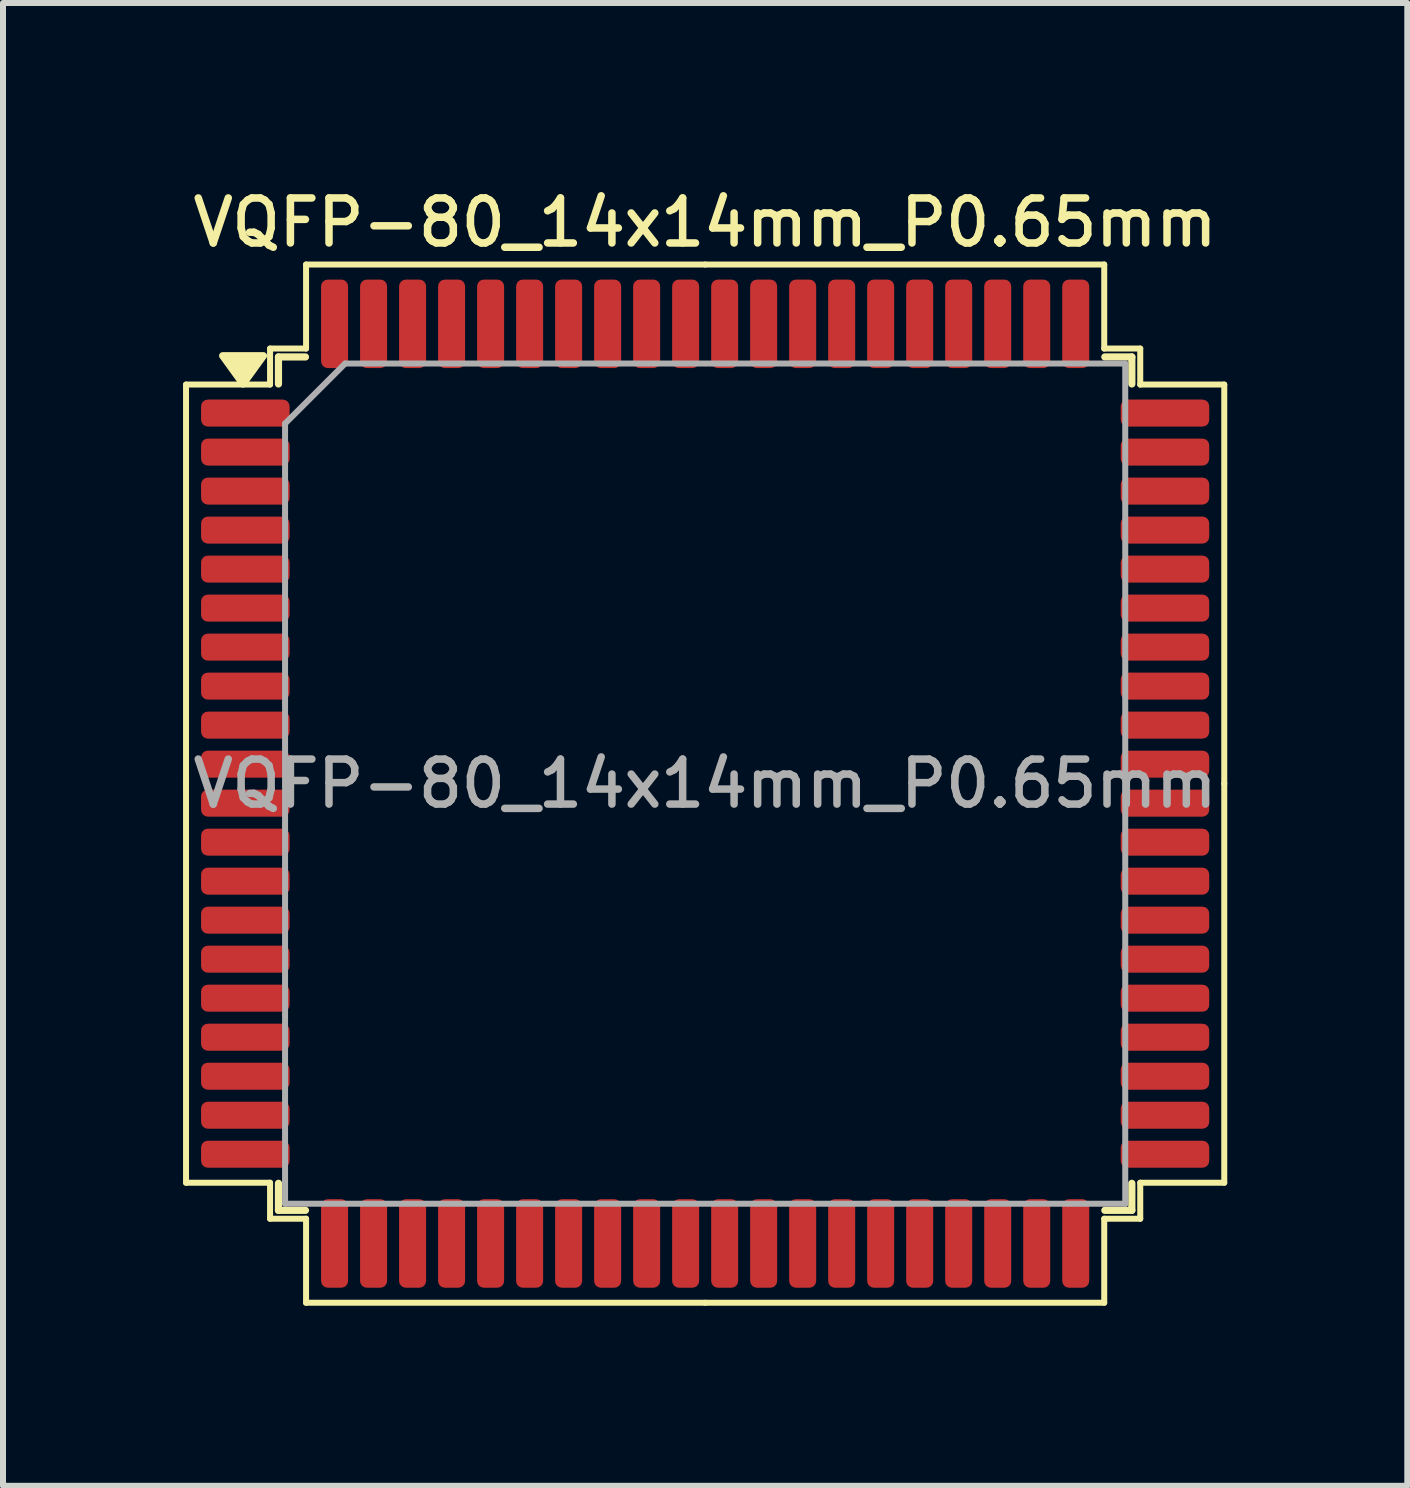
<source format=kicad_pcb>
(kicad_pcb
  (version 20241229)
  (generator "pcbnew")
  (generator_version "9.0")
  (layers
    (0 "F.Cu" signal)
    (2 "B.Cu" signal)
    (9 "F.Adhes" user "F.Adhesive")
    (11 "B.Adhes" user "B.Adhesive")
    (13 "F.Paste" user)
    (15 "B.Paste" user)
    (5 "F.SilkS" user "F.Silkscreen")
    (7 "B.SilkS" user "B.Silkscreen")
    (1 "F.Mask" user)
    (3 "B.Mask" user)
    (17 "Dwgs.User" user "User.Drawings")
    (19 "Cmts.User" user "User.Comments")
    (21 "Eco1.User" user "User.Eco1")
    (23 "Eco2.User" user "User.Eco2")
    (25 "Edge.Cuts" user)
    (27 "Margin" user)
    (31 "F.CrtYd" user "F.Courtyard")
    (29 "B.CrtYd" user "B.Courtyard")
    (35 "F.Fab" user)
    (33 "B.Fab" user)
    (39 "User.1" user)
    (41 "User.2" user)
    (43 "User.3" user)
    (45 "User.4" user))
  (footprint "VQFP-80_14x14mm_P0.65mm"
    (layer "F.Cu")
    (at 8.7 10.008)
    (property "Reference" "VQFP-80_14x14mm_P0.65mm" (at 0 -9.35 0) (layer "F.SilkS") (effects (font (size 0.75 0.75) (thickness 0.125))))
    (attr smd)
    (fp_line (start -8.65 -6.65) (end -8.65 0) (stroke (width 0.1) (type solid)) (layer "F.SilkS"))
    (fp_line (start -8.65 6.65) (end -8.65 0) (stroke (width 0.1) (type solid)) (layer "F.SilkS"))
    (fp_line (start -7.25 -7.25) (end -7.25 -6.65) (stroke (width 0.1) (type solid)) (layer "F.SilkS"))
    (fp_line (start -7.25 -6.65) (end -8.65 -6.65) (stroke (width 0.1) (type solid)) (layer "F.SilkS"))
    (fp_line (start -7.25 6.65) (end -8.65 6.65) (stroke (width 0.1) (type solid)) (layer "F.SilkS"))
    (fp_line (start -7.25 7.25) (end -7.25 6.65) (stroke (width 0.1) (type solid)) (layer "F.SilkS"))
    (fp_line (start -7.11 -7.11) (end -7.11 -6.66) (stroke (width 0.12) (type solid)) (layer "F.SilkS"))
    (fp_line (start -7.11 7.11) (end -7.11 6.66) (stroke (width 0.12) (type solid)) (layer "F.SilkS"))
    (fp_line (start -6.66 -7.11) (end -7.11 -7.11) (stroke (width 0.12) (type solid)) (layer "F.SilkS"))
    (fp_line (start -6.66 7.11) (end -7.11 7.11) (stroke (width 0.12) (type solid)) (layer "F.SilkS"))
    (fp_line (start -6.65 -8.65) (end -6.65 -7.25) (stroke (width 0.1) (type solid)) (layer "F.SilkS"))
    (fp_line (start -6.65 -7.25) (end -7.25 -7.25) (stroke (width 0.1) (type solid)) (layer "F.SilkS"))
    (fp_line (start -6.65 7.25) (end -7.25 7.25) (stroke (width 0.1) (type solid)) (layer "F.SilkS"))
    (fp_line (start -6.65 8.65) (end -6.65 7.25) (stroke (width 0.1) (type solid)) (layer "F.SilkS"))
    (fp_line (start 0 -8.65) (end -6.65 -8.65) (stroke (width 0.1) (type solid)) (layer "F.SilkS"))
    (fp_line (start 0 -8.65) (end 6.65 -8.65) (stroke (width 0.1) (type solid)) (layer "F.SilkS"))
    (fp_line (start 0 8.65) (end -6.65 8.65) (stroke (width 0.1) (type solid)) (layer "F.SilkS"))
    (fp_line (start 0 8.65) (end 6.65 8.65) (stroke (width 0.1) (type solid)) (layer "F.SilkS"))
    (fp_line (start 6.65 -8.65) (end 6.65 -7.25) (stroke (width 0.1) (type solid)) (layer "F.SilkS"))
    (fp_line (start 6.65 -7.25) (end 7.25 -7.25) (stroke (width 0.1) (type solid)) (layer "F.SilkS"))
    (fp_line (start 6.65 7.25) (end 7.25 7.25) (stroke (width 0.1) (type solid)) (layer "F.SilkS"))
    (fp_line (start 6.65 8.65) (end 6.65 7.25) (stroke (width 0.1) (type solid)) (layer "F.SilkS"))
    (fp_line (start 6.66 -7.11) (end 7.11 -7.11) (stroke (width 0.12) (type solid)) (layer "F.SilkS"))
    (fp_line (start 6.66 7.11) (end 7.11 7.11) (stroke (width 0.12) (type solid)) (layer "F.SilkS"))
    (fp_line (start 7.11 -7.11) (end 7.11 -6.66) (stroke (width 0.12) (type solid)) (layer "F.SilkS"))
    (fp_line (start 7.11 7.11) (end 7.11 6.66) (stroke (width 0.12) (type solid)) (layer "F.SilkS"))
    (fp_line (start 7.25 -7.25) (end 7.25 -6.65) (stroke (width 0.1) (type solid)) (layer "F.SilkS"))
    (fp_line (start 7.25 -6.65) (end 8.65 -6.65) (stroke (width 0.1) (type solid)) (layer "F.SilkS"))
    (fp_line (start 7.25 6.65) (end 8.65 6.65) (stroke (width 0.1) (type solid)) (layer "F.SilkS"))
    (fp_line (start 7.25 7.25) (end 7.25 6.65) (stroke (width 0.1) (type solid)) (layer "F.SilkS"))
    (fp_line (start 8.65 -6.65) (end 8.65 0) (stroke (width 0.1) (type solid)) (layer "F.SilkS"))
    (fp_line (start 8.65 6.65) (end 8.65 0) (stroke (width 0.1) (type solid)) (layer "F.SilkS"))
    (fp_poly (pts (xy -7.7 -6.66) (xy -8.04 -7.13) (xy -7.36 -7.13) (xy -7.7 -6.66)) (stroke (width 0.12) (type solid)) (fill yes) (layer "F.SilkS"))
    (fp_line (start -7 -6) (end -6 -7) (stroke (width 0.1) (type solid)) (layer "F.Fab"))
    (fp_line (start -7 7) (end -7 -6) (stroke (width 0.1) (type solid)) (layer "F.Fab"))
    (fp_line (start -6 -7) (end 7 -7) (stroke (width 0.1) (type solid)) (layer "F.Fab"))
    (fp_line (start 7 -7) (end 7 7) (stroke (width 0.1) (type solid)) (layer "F.Fab"))
    (fp_line (start 7 7) (end -7 7) (stroke (width 0.1) (type solid)) (layer "F.Fab"))
    (fp_text user "${REFERENCE}" (at 0 0 0) (layer "F.Fab") (effects (font (size 0.75 0.75) (thickness 0.125))))
    (pad "1" smd roundrect (at -7.662 -6.175) (size 1.475 0.45) (layers "F.Cu" "F.Mask" "F.Paste") (roundrect_rratio 0.25))
    (pad "2" smd roundrect (at -7.662 -5.525) (size 1.475 0.45) (layers "F.Cu" "F.Mask" "F.Paste") (roundrect_rratio 0.25))
    (pad "3" smd roundrect (at -7.662 -4.875) (size 1.475 0.45) (layers "F.Cu" "F.Mask" "F.Paste") (roundrect_rratio 0.25))
    (pad "4" smd roundrect (at -7.662 -4.225) (size 1.475 0.45) (layers "F.Cu" "F.Mask" "F.Paste") (roundrect_rratio 0.25))
    (pad "5" smd roundrect (at -7.662 -3.575) (size 1.475 0.45) (layers "F.Cu" "F.Mask" "F.Paste") (roundrect_rratio 0.25))
    (pad "6" smd roundrect (at -7.662 -2.925) (size 1.475 0.45) (layers "F.Cu" "F.Mask" "F.Paste") (roundrect_rratio 0.25))
    (pad "7" smd roundrect (at -7.662 -2.275) (size 1.475 0.45) (layers "F.Cu" "F.Mask" "F.Paste") (roundrect_rratio 0.25))
    (pad "8" smd roundrect (at -7.662 -1.625) (size 1.475 0.45) (layers "F.Cu" "F.Mask" "F.Paste") (roundrect_rratio 0.25))
    (pad "9" smd roundrect (at -7.662 -0.975) (size 1.475 0.45) (layers "F.Cu" "F.Mask" "F.Paste") (roundrect_rratio 0.25))
    (pad "10" smd roundrect (at -7.662 -0.325) (size 1.475 0.45) (layers "F.Cu" "F.Mask" "F.Paste") (roundrect_rratio 0.25))
    (pad "11" smd roundrect (at -7.662 0.325) (size 1.475 0.45) (layers "F.Cu" "F.Mask" "F.Paste") (roundrect_rratio 0.25))
    (pad "12" smd roundrect (at -7.662 0.975) (size 1.475 0.45) (layers "F.Cu" "F.Mask" "F.Paste") (roundrect_rratio 0.25))
    (pad "13" smd roundrect (at -7.662 1.625) (size 1.475 0.45) (layers "F.Cu" "F.Mask" "F.Paste") (roundrect_rratio 0.25))
    (pad "14" smd roundrect (at -7.662 2.275) (size 1.475 0.45) (layers "F.Cu" "F.Mask" "F.Paste") (roundrect_rratio 0.25))
    (pad "15" smd roundrect (at -7.662 2.925) (size 1.475 0.45) (layers "F.Cu" "F.Mask" "F.Paste") (roundrect_rratio 0.25))
    (pad "16" smd roundrect (at -7.662 3.575) (size 1.475 0.45) (layers "F.Cu" "F.Mask" "F.Paste") (roundrect_rratio 0.25))
    (pad "17" smd roundrect (at -7.662 4.225) (size 1.475 0.45) (layers "F.Cu" "F.Mask" "F.Paste") (roundrect_rratio 0.25))
    (pad "18" smd roundrect (at -7.662 4.875) (size 1.475 0.45) (layers "F.Cu" "F.Mask" "F.Paste") (roundrect_rratio 0.25))
    (pad "19" smd roundrect (at -7.662 5.525) (size 1.475 0.45) (layers "F.Cu" "F.Mask" "F.Paste") (roundrect_rratio 0.25))
    (pad "20" smd roundrect (at -7.662 6.175) (size 1.475 0.45) (layers "F.Cu" "F.Mask" "F.Paste") (roundrect_rratio 0.25))
    (pad "21" smd roundrect (at -6.175 7.662) (size 0.45 1.475) (layers "F.Cu" "F.Mask" "F.Paste") (roundrect_rratio 0.25))
    (pad "22" smd roundrect (at -5.525 7.662) (size 0.45 1.475) (layers "F.Cu" "F.Mask" "F.Paste") (roundrect_rratio 0.25))
    (pad "23" smd roundrect (at -4.875 7.662) (size 0.45 1.475) (layers "F.Cu" "F.Mask" "F.Paste") (roundrect_rratio 0.25))
    (pad "24" smd roundrect (at -4.225 7.662) (size 0.45 1.475) (layers "F.Cu" "F.Mask" "F.Paste") (roundrect_rratio 0.25))
    (pad "25" smd roundrect (at -3.575 7.662) (size 0.45 1.475) (layers "F.Cu" "F.Mask" "F.Paste") (roundrect_rratio 0.25))
    (pad "26" smd roundrect (at -2.925 7.662) (size 0.45 1.475) (layers "F.Cu" "F.Mask" "F.Paste") (roundrect_rratio 0.25))
    (pad "27" smd roundrect (at -2.275 7.662) (size 0.45 1.475) (layers "F.Cu" "F.Mask" "F.Paste") (roundrect_rratio 0.25))
    (pad "28" smd roundrect (at -1.625 7.662) (size 0.45 1.475) (layers "F.Cu" "F.Mask" "F.Paste") (roundrect_rratio 0.25))
    (pad "29" smd roundrect (at -0.975 7.662) (size 0.45 1.475) (layers "F.Cu" "F.Mask" "F.Paste") (roundrect_rratio 0.25))
    (pad "30" smd roundrect (at -0.325 7.662) (size 0.45 1.475) (layers "F.Cu" "F.Mask" "F.Paste") (roundrect_rratio 0.25))
    (pad "31" smd roundrect (at 0.325 7.662) (size 0.45 1.475) (layers "F.Cu" "F.Mask" "F.Paste") (roundrect_rratio 0.25))
    (pad "32" smd roundrect (at 0.975 7.662) (size 0.45 1.475) (layers "F.Cu" "F.Mask" "F.Paste") (roundrect_rratio 0.25))
    (pad "33" smd roundrect (at 1.625 7.662) (size 0.45 1.475) (layers "F.Cu" "F.Mask" "F.Paste") (roundrect_rratio 0.25))
    (pad "34" smd roundrect (at 2.275 7.662) (size 0.45 1.475) (layers "F.Cu" "F.Mask" "F.Paste") (roundrect_rratio 0.25))
    (pad "35" smd roundrect (at 2.925 7.662) (size 0.45 1.475) (layers "F.Cu" "F.Mask" "F.Paste") (roundrect_rratio 0.25))
    (pad "36" smd roundrect (at 3.575 7.662) (size 0.45 1.475) (layers "F.Cu" "F.Mask" "F.Paste") (roundrect_rratio 0.25))
    (pad "37" smd roundrect (at 4.225 7.662) (size 0.45 1.475) (layers "F.Cu" "F.Mask" "F.Paste") (roundrect_rratio 0.25))
    (pad "38" smd roundrect (at 4.875 7.662) (size 0.45 1.475) (layers "F.Cu" "F.Mask" "F.Paste") (roundrect_rratio 0.25))
    (pad "39" smd roundrect (at 5.525 7.662) (size 0.45 1.475) (layers "F.Cu" "F.Mask" "F.Paste") (roundrect_rratio 0.25))
    (pad "40" smd roundrect (at 6.175 7.662) (size 0.45 1.475) (layers "F.Cu" "F.Mask" "F.Paste") (roundrect_rratio 0.25))
    (pad "41" smd roundrect (at 7.662 6.175) (size 1.475 0.45) (layers "F.Cu" "F.Mask" "F.Paste") (roundrect_rratio 0.25))
    (pad "42" smd roundrect (at 7.662 5.525) (size 1.475 0.45) (layers "F.Cu" "F.Mask" "F.Paste") (roundrect_rratio 0.25))
    (pad "43" smd roundrect (at 7.662 4.875) (size 1.475 0.45) (layers "F.Cu" "F.Mask" "F.Paste") (roundrect_rratio 0.25))
    (pad "44" smd roundrect (at 7.662 4.225) (size 1.475 0.45) (layers "F.Cu" "F.Mask" "F.Paste") (roundrect_rratio 0.25))
    (pad "45" smd roundrect (at 7.662 3.575) (size 1.475 0.45) (layers "F.Cu" "F.Mask" "F.Paste") (roundrect_rratio 0.25))
    (pad "46" smd roundrect (at 7.662 2.925) (size 1.475 0.45) (layers "F.Cu" "F.Mask" "F.Paste") (roundrect_rratio 0.25))
    (pad "47" smd roundrect (at 7.662 2.275) (size 1.475 0.45) (layers "F.Cu" "F.Mask" "F.Paste") (roundrect_rratio 0.25))
    (pad "48" smd roundrect (at 7.662 1.625) (size 1.475 0.45) (layers "F.Cu" "F.Mask" "F.Paste") (roundrect_rratio 0.25))
    (pad "49" smd roundrect (at 7.662 0.975) (size 1.475 0.45) (layers "F.Cu" "F.Mask" "F.Paste") (roundrect_rratio 0.25))
    (pad "50" smd roundrect (at 7.662 0.325) (size 1.475 0.45) (layers "F.Cu" "F.Mask" "F.Paste") (roundrect_rratio 0.25))
    (pad "51" smd roundrect (at 7.662 -0.325) (size 1.475 0.45) (layers "F.Cu" "F.Mask" "F.Paste") (roundrect_rratio 0.25))
    (pad "52" smd roundrect (at 7.662 -0.975) (size 1.475 0.45) (layers "F.Cu" "F.Mask" "F.Paste") (roundrect_rratio 0.25))
    (pad "53" smd roundrect (at 7.662 -1.625) (size 1.475 0.45) (layers "F.Cu" "F.Mask" "F.Paste") (roundrect_rratio 0.25))
    (pad "54" smd roundrect (at 7.662 -2.275) (size 1.475 0.45) (layers "F.Cu" "F.Mask" "F.Paste") (roundrect_rratio 0.25))
    (pad "55" smd roundrect (at 7.662 -2.925) (size 1.475 0.45) (layers "F.Cu" "F.Mask" "F.Paste") (roundrect_rratio 0.25))
    (pad "56" smd roundrect (at 7.662 -3.575) (size 1.475 0.45) (layers "F.Cu" "F.Mask" "F.Paste") (roundrect_rratio 0.25))
    (pad "57" smd roundrect (at 7.662 -4.225) (size 1.475 0.45) (layers "F.Cu" "F.Mask" "F.Paste") (roundrect_rratio 0.25))
    (pad "58" smd roundrect (at 7.662 -4.875) (size 1.475 0.45) (layers "F.Cu" "F.Mask" "F.Paste") (roundrect_rratio 0.25))
    (pad "59" smd roundrect (at 7.662 -5.525) (size 1.475 0.45) (layers "F.Cu" "F.Mask" "F.Paste") (roundrect_rratio 0.25))
    (pad "60" smd roundrect (at 7.662 -6.175) (size 1.475 0.45) (layers "F.Cu" "F.Mask" "F.Paste") (roundrect_rratio 0.25))
    (pad "61" smd roundrect (at 6.175 -7.662) (size 0.45 1.475) (layers "F.Cu" "F.Mask" "F.Paste") (roundrect_rratio 0.25))
    (pad "62" smd roundrect (at 5.525 -7.662) (size 0.45 1.475) (layers "F.Cu" "F.Mask" "F.Paste") (roundrect_rratio 0.25))
    (pad "63" smd roundrect (at 4.875 -7.662) (size 0.45 1.475) (layers "F.Cu" "F.Mask" "F.Paste") (roundrect_rratio 0.25))
    (pad "64" smd roundrect (at 4.225 -7.662) (size 0.45 1.475) (layers "F.Cu" "F.Mask" "F.Paste") (roundrect_rratio 0.25))
    (pad "65" smd roundrect (at 3.575 -7.662) (size 0.45 1.475) (layers "F.Cu" "F.Mask" "F.Paste") (roundrect_rratio 0.25))
    (pad "66" smd roundrect (at 2.925 -7.662) (size 0.45 1.475) (layers "F.Cu" "F.Mask" "F.Paste") (roundrect_rratio 0.25))
    (pad "67" smd roundrect (at 2.275 -7.662) (size 0.45 1.475) (layers "F.Cu" "F.Mask" "F.Paste") (roundrect_rratio 0.25))
    (pad "68" smd roundrect (at 1.625 -7.662) (size 0.45 1.475) (layers "F.Cu" "F.Mask" "F.Paste") (roundrect_rratio 0.25))
    (pad "69" smd roundrect (at 0.975 -7.662) (size 0.45 1.475) (layers "F.Cu" "F.Mask" "F.Paste") (roundrect_rratio 0.25))
    (pad "70" smd roundrect (at 0.325 -7.662) (size 0.45 1.475) (layers "F.Cu" "F.Mask" "F.Paste") (roundrect_rratio 0.25))
    (pad "71" smd roundrect (at -0.325 -7.662) (size 0.45 1.475) (layers "F.Cu" "F.Mask" "F.Paste") (roundrect_rratio 0.25))
    (pad "72" smd roundrect (at -0.975 -7.662) (size 0.45 1.475) (layers "F.Cu" "F.Mask" "F.Paste") (roundrect_rratio 0.25))
    (pad "73" smd roundrect (at -1.625 -7.662) (size 0.45 1.475) (layers "F.Cu" "F.Mask" "F.Paste") (roundrect_rratio 0.25))
    (pad "74" smd roundrect (at -2.275 -7.662) (size 0.45 1.475) (layers "F.Cu" "F.Mask" "F.Paste") (roundrect_rratio 0.25))
    (pad "75" smd roundrect (at -2.925 -7.662) (size 0.45 1.475) (layers "F.Cu" "F.Mask" "F.Paste") (roundrect_rratio 0.25))
    (pad "76" smd roundrect (at -3.575 -7.662) (size 0.45 1.475) (layers "F.Cu" "F.Mask" "F.Paste") (roundrect_rratio 0.25))
    (pad "77" smd roundrect (at -4.225 -7.662) (size 0.45 1.475) (layers "F.Cu" "F.Mask" "F.Paste") (roundrect_rratio 0.25))
    (pad "78" smd roundrect (at -4.875 -7.662) (size 0.45 1.475) (layers "F.Cu" "F.Mask" "F.Paste") (roundrect_rratio 0.25))
    (pad "79" smd roundrect (at -5.525 -7.662) (size 0.45 1.475) (layers "F.Cu" "F.Mask" "F.Paste") (roundrect_rratio 0.25))
    (pad "80" smd roundrect (at -6.175 -7.662) (size 0.45 1.475) (layers "F.Cu" "F.Mask" "F.Paste") (roundrect_rratio 0.25)))
  (gr_rect
    (start -3 -3)
    (end 20.4 21.708)
    (stroke (width 0.1) (type default))
    (fill no)
    (layer "Edge.Cuts")))
</source>
